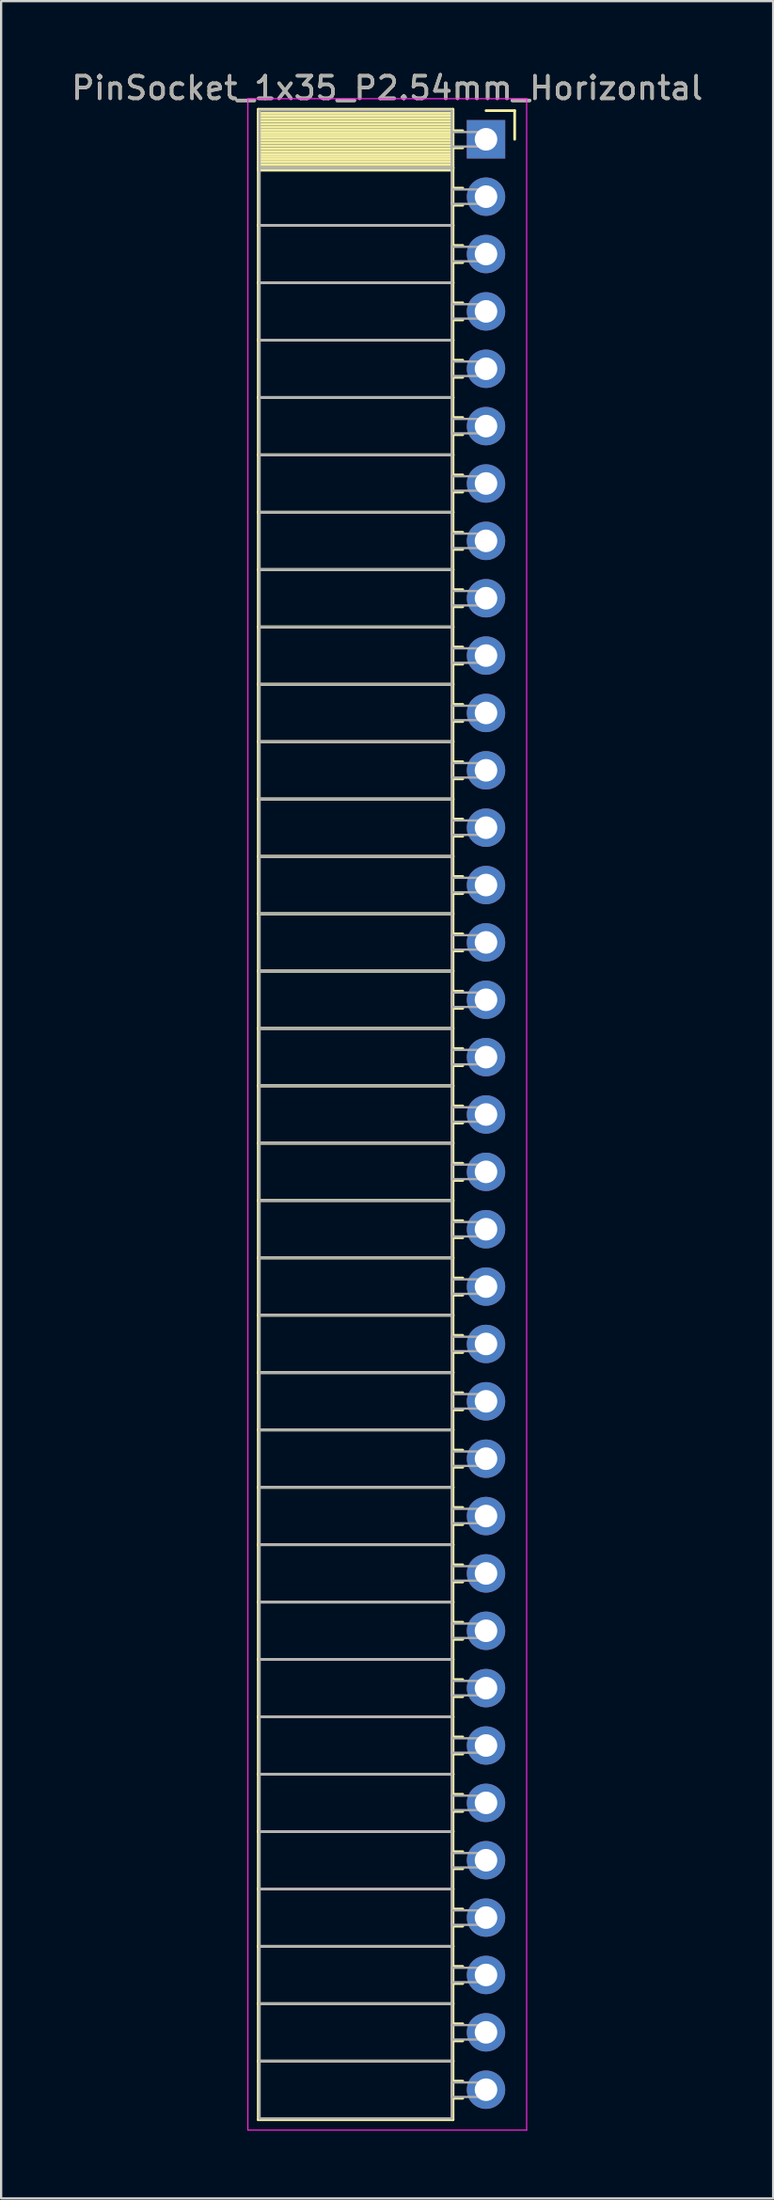
<source format=kicad_pcb>
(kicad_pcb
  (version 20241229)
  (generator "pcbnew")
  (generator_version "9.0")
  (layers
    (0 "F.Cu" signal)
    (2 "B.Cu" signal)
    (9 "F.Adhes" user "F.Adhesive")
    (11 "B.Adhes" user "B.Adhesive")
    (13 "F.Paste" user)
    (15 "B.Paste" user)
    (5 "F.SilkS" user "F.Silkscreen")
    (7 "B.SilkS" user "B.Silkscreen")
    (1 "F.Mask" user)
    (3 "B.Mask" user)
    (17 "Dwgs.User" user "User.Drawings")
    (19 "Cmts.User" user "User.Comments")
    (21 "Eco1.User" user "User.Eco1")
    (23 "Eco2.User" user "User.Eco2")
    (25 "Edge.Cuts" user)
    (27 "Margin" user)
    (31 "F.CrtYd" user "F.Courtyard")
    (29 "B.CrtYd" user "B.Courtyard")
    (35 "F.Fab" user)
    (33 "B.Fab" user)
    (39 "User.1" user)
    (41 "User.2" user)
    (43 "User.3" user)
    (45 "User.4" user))
  (footprint "PinSocket_1x35_P2.54mm_Horizontal"
    (layer "F.Cu")
    (at 18.481 3.118)
    (property "Reference" "PinSocket_1x35_P2.54mm_Horizontal" (at -4.38 -2.27 0) (layer "F.SilkS") (effects (font (size 1 1) (thickness 0.15))))
    (attr through_hole)
    (fp_line (start -10.09 -1.33) (end -1.46 -1.33) (stroke (width 0.12) (type solid)) (layer "F.SilkS"))
    (fp_line (start -10.09 1.27) (end -10.09 -1.33) (stroke (width 0.12) (type solid)) (layer "F.SilkS"))
    (fp_line (start -10.09 1.27) (end -1.46 1.27) (stroke (width 0.12) (type solid)) (layer "F.SilkS"))
    (fp_line (start -10.09 3.81) (end -10.09 1.27) (stroke (width 0.12) (type solid)) (layer "F.SilkS"))
    (fp_line (start -10.09 3.81) (end -1.46 3.81) (stroke (width 0.12) (type solid)) (layer "F.SilkS"))
    (fp_line (start -10.09 6.35) (end -10.09 3.81) (stroke (width 0.12) (type solid)) (layer "F.SilkS"))
    (fp_line (start -10.09 6.35) (end -1.46 6.35) (stroke (width 0.12) (type solid)) (layer "F.SilkS"))
    (fp_line (start -10.09 8.89) (end -10.09 6.35) (stroke (width 0.12) (type solid)) (layer "F.SilkS"))
    (fp_line (start -10.09 8.89) (end -1.46 8.89) (stroke (width 0.12) (type solid)) (layer "F.SilkS"))
    (fp_line (start -10.09 11.43) (end -10.09 8.89) (stroke (width 0.12) (type solid)) (layer "F.SilkS"))
    (fp_line (start -10.09 11.43) (end -1.46 11.43) (stroke (width 0.12) (type solid)) (layer "F.SilkS"))
    (fp_line (start -10.09 13.97) (end -10.09 11.43) (stroke (width 0.12) (type solid)) (layer "F.SilkS"))
    (fp_line (start -10.09 13.97) (end -1.46 13.97) (stroke (width 0.12) (type solid)) (layer "F.SilkS"))
    (fp_line (start -10.09 16.51) (end -10.09 13.97) (stroke (width 0.12) (type solid)) (layer "F.SilkS"))
    (fp_line (start -10.09 16.51) (end -1.46 16.51) (stroke (width 0.12) (type solid)) (layer "F.SilkS"))
    (fp_line (start -10.09 19.05) (end -10.09 16.51) (stroke (width 0.12) (type solid)) (layer "F.SilkS"))
    (fp_line (start -10.09 19.05) (end -1.46 19.05) (stroke (width 0.12) (type solid)) (layer "F.SilkS"))
    (fp_line (start -10.09 21.59) (end -10.09 19.05) (stroke (width 0.12) (type solid)) (layer "F.SilkS"))
    (fp_line (start -10.09 21.59) (end -1.46 21.59) (stroke (width 0.12) (type solid)) (layer "F.SilkS"))
    (fp_line (start -10.09 24.13) (end -10.09 21.59) (stroke (width 0.12) (type solid)) (layer "F.SilkS"))
    (fp_line (start -10.09 24.13) (end -1.46 24.13) (stroke (width 0.12) (type solid)) (layer "F.SilkS"))
    (fp_line (start -10.09 26.67) (end -10.09 24.13) (stroke (width 0.12) (type solid)) (layer "F.SilkS"))
    (fp_line (start -10.09 26.67) (end -1.46 26.67) (stroke (width 0.12) (type solid)) (layer "F.SilkS"))
    (fp_line (start -10.09 29.21) (end -10.09 26.67) (stroke (width 0.12) (type solid)) (layer "F.SilkS"))
    (fp_line (start -10.09 29.21) (end -1.46 29.21) (stroke (width 0.12) (type solid)) (layer "F.SilkS"))
    (fp_line (start -10.09 31.75) (end -10.09 29.21) (stroke (width 0.12) (type solid)) (layer "F.SilkS"))
    (fp_line (start -10.09 31.75) (end -1.46 31.75) (stroke (width 0.12) (type solid)) (layer "F.SilkS"))
    (fp_line (start -10.09 34.29) (end -10.09 31.75) (stroke (width 0.12) (type solid)) (layer "F.SilkS"))
    (fp_line (start -10.09 34.29) (end -1.46 34.29) (stroke (width 0.12) (type solid)) (layer "F.SilkS"))
    (fp_line (start -10.09 36.83) (end -10.09 34.29) (stroke (width 0.12) (type solid)) (layer "F.SilkS"))
    (fp_line (start -10.09 36.83) (end -1.46 36.83) (stroke (width 0.12) (type solid)) (layer "F.SilkS"))
    (fp_line (start -10.09 39.37) (end -10.09 36.83) (stroke (width 0.12) (type solid)) (layer "F.SilkS"))
    (fp_line (start -10.09 39.37) (end -1.46 39.37) (stroke (width 0.12) (type solid)) (layer "F.SilkS"))
    (fp_line (start -10.09 41.91) (end -10.09 39.37) (stroke (width 0.12) (type solid)) (layer "F.SilkS"))
    (fp_line (start -10.09 41.91) (end -1.46 41.91) (stroke (width 0.12) (type solid)) (layer "F.SilkS"))
    (fp_line (start -10.09 44.45) (end -10.09 41.91) (stroke (width 0.12) (type solid)) (layer "F.SilkS"))
    (fp_line (start -10.09 44.45) (end -1.46 44.45) (stroke (width 0.12) (type solid)) (layer "F.SilkS"))
    (fp_line (start -10.09 46.99) (end -10.09 44.45) (stroke (width 0.12) (type solid)) (layer "F.SilkS"))
    (fp_line (start -10.09 46.99) (end -1.46 46.99) (stroke (width 0.12) (type solid)) (layer "F.SilkS"))
    (fp_line (start -10.09 49.53) (end -10.09 46.99) (stroke (width 0.12) (type solid)) (layer "F.SilkS"))
    (fp_line (start -10.09 49.53) (end -1.46 49.53) (stroke (width 0.12) (type solid)) (layer "F.SilkS"))
    (fp_line (start -10.09 52.07) (end -10.09 49.53) (stroke (width 0.12) (type solid)) (layer "F.SilkS"))
    (fp_line (start -10.09 52.07) (end -1.46 52.07) (stroke (width 0.12) (type solid)) (layer "F.SilkS"))
    (fp_line (start -10.09 54.61) (end -10.09 52.07) (stroke (width 0.12) (type solid)) (layer "F.SilkS"))
    (fp_line (start -10.09 54.61) (end -1.46 54.61) (stroke (width 0.12) (type solid)) (layer "F.SilkS"))
    (fp_line (start -10.09 57.15) (end -10.09 54.61) (stroke (width 0.12) (type solid)) (layer "F.SilkS"))
    (fp_line (start -10.09 57.15) (end -1.46 57.15) (stroke (width 0.12) (type solid)) (layer "F.SilkS"))
    (fp_line (start -10.09 59.69) (end -10.09 57.15) (stroke (width 0.12) (type solid)) (layer "F.SilkS"))
    (fp_line (start -10.09 59.69) (end -1.46 59.69) (stroke (width 0.12) (type solid)) (layer "F.SilkS"))
    (fp_line (start -10.09 62.23) (end -10.09 59.69) (stroke (width 0.12) (type solid)) (layer "F.SilkS"))
    (fp_line (start -10.09 62.23) (end -1.46 62.23) (stroke (width 0.12) (type solid)) (layer "F.SilkS"))
    (fp_line (start -10.09 64.77) (end -10.09 62.23) (stroke (width 0.12) (type solid)) (layer "F.SilkS"))
    (fp_line (start -10.09 64.77) (end -1.46 64.77) (stroke (width 0.12) (type solid)) (layer "F.SilkS"))
    (fp_line (start -10.09 67.31) (end -10.09 64.77) (stroke (width 0.12) (type solid)) (layer "F.SilkS"))
    (fp_line (start -10.09 67.31) (end -1.46 67.31) (stroke (width 0.12) (type solid)) (layer "F.SilkS"))
    (fp_line (start -10.09 69.85) (end -10.09 67.31) (stroke (width 0.12) (type solid)) (layer "F.SilkS"))
    (fp_line (start -10.09 69.85) (end -1.46 69.85) (stroke (width 0.12) (type solid)) (layer "F.SilkS"))
    (fp_line (start -10.09 72.39) (end -10.09 69.85) (stroke (width 0.12) (type solid)) (layer "F.SilkS"))
    (fp_line (start -10.09 72.39) (end -1.46 72.39) (stroke (width 0.12) (type solid)) (layer "F.SilkS"))
    (fp_line (start -10.09 74.93) (end -10.09 72.39) (stroke (width 0.12) (type solid)) (layer "F.SilkS"))
    (fp_line (start -10.09 74.93) (end -1.46 74.93) (stroke (width 0.12) (type solid)) (layer "F.SilkS"))
    (fp_line (start -10.09 77.47) (end -10.09 74.93) (stroke (width 0.12) (type solid)) (layer "F.SilkS"))
    (fp_line (start -10.09 77.47) (end -1.46 77.47) (stroke (width 0.12) (type solid)) (layer "F.SilkS"))
    (fp_line (start -10.09 80.01) (end -10.09 77.47) (stroke (width 0.12) (type solid)) (layer "F.SilkS"))
    (fp_line (start -10.09 80.01) (end -1.46 80.01) (stroke (width 0.12) (type solid)) (layer "F.SilkS"))
    (fp_line (start -10.09 82.55) (end -10.09 80.01) (stroke (width 0.12) (type solid)) (layer "F.SilkS"))
    (fp_line (start -10.09 82.55) (end -1.46 82.55) (stroke (width 0.12) (type solid)) (layer "F.SilkS"))
    (fp_line (start -10.09 85.09) (end -10.09 82.55) (stroke (width 0.12) (type solid)) (layer "F.SilkS"))
    (fp_line (start -10.09 85.09) (end -1.46 85.09) (stroke (width 0.12) (type solid)) (layer "F.SilkS"))
    (fp_line (start -10.09 87.69) (end -10.09 85.09) (stroke (width 0.12) (type solid)) (layer "F.SilkS"))
    (fp_line (start -1.46 -1.33) (end -1.46 1.27) (stroke (width 0.12) (type solid)) (layer "F.SilkS"))
    (fp_line (start -1.46 -1.15) (end -10.09 -1.15) (stroke (width 0.12) (type solid)) (layer "F.SilkS"))
    (fp_line (start -1.46 -1.03) (end -10.09 -1.03) (stroke (width 0.12) (type solid)) (layer "F.SilkS"))
    (fp_line (start -1.46 -0.91) (end -10.09 -0.91) (stroke (width 0.12) (type solid)) (layer "F.SilkS"))
    (fp_line (start -1.46 -0.79) (end -10.09 -0.79) (stroke (width 0.12) (type solid)) (layer "F.SilkS"))
    (fp_line (start -1.46 -0.67) (end -10.09 -0.67) (stroke (width 0.12) (type solid)) (layer "F.SilkS"))
    (fp_line (start -1.46 -0.55) (end -10.09 -0.55) (stroke (width 0.12) (type solid)) (layer "F.SilkS"))
    (fp_line (start -1.46 -0.43) (end -10.09 -0.43) (stroke (width 0.12) (type solid)) (layer "F.SilkS"))
    (fp_line (start -1.46 -0.31) (end -10.09 -0.31) (stroke (width 0.12) (type solid)) (layer "F.SilkS"))
    (fp_line (start -1.46 -0.19) (end -10.09 -0.19) (stroke (width 0.12) (type solid)) (layer "F.SilkS"))
    (fp_line (start -1.46 -0.07) (end -10.09 -0.07) (stroke (width 0.12) (type solid)) (layer "F.SilkS"))
    (fp_line (start -1.46 0.05) (end -10.09 0.05) (stroke (width 0.12) (type solid)) (layer "F.SilkS"))
    (fp_line (start -1.46 0.17) (end -10.09 0.17) (stroke (width 0.12) (type solid)) (layer "F.SilkS"))
    (fp_line (start -1.46 0.29) (end -10.09 0.29) (stroke (width 0.12) (type solid)) (layer "F.SilkS"))
    (fp_line (start -1.46 0.41) (end -10.09 0.41) (stroke (width 0.12) (type solid)) (layer "F.SilkS"))
    (fp_line (start -1.46 0.53) (end -10.09 0.53) (stroke (width 0.12) (type solid)) (layer "F.SilkS"))
    (fp_line (start -1.46 0.65) (end -10.09 0.65) (stroke (width 0.12) (type solid)) (layer "F.SilkS"))
    (fp_line (start -1.46 0.77) (end -10.09 0.77) (stroke (width 0.12) (type solid)) (layer "F.SilkS"))
    (fp_line (start -1.46 0.89) (end -10.09 0.89) (stroke (width 0.12) (type solid)) (layer "F.SilkS"))
    (fp_line (start -1.46 1.01) (end -10.09 1.01) (stroke (width 0.12) (type solid)) (layer "F.SilkS"))
    (fp_line (start -1.46 1.13) (end -10.09 1.13) (stroke (width 0.12) (type solid)) (layer "F.SilkS"))
    (fp_line (start -1.46 1.25) (end -10.09 1.25) (stroke (width 0.12) (type solid)) (layer "F.SilkS"))
    (fp_line (start -1.46 1.27) (end -10.09 1.27) (stroke (width 0.12) (type solid)) (layer "F.SilkS"))
    (fp_line (start -1.46 1.27) (end -1.46 3.81) (stroke (width 0.12) (type solid)) (layer "F.SilkS"))
    (fp_line (start -1.46 1.37) (end -10.09 1.37) (stroke (width 0.12) (type solid)) (layer "F.SilkS"))
    (fp_line (start -1.46 3.81) (end -10.09 3.81) (stroke (width 0.12) (type solid)) (layer "F.SilkS"))
    (fp_line (start -1.46 3.81) (end -1.46 6.35) (stroke (width 0.12) (type solid)) (layer "F.SilkS"))
    (fp_line (start -1.46 6.35) (end -10.09 6.35) (stroke (width 0.12) (type solid)) (layer "F.SilkS"))
    (fp_line (start -1.46 6.35) (end -1.46 8.89) (stroke (width 0.12) (type solid)) (layer "F.SilkS"))
    (fp_line (start -1.46 8.89) (end -10.09 8.89) (stroke (width 0.12) (type solid)) (layer "F.SilkS"))
    (fp_line (start -1.46 8.89) (end -1.46 11.43) (stroke (width 0.12) (type solid)) (layer "F.SilkS"))
    (fp_line (start -1.46 11.43) (end -10.09 11.43) (stroke (width 0.12) (type solid)) (layer "F.SilkS"))
    (fp_line (start -1.46 11.43) (end -1.46 13.97) (stroke (width 0.12) (type solid)) (layer "F.SilkS"))
    (fp_line (start -1.46 13.97) (end -10.09 13.97) (stroke (width 0.12) (type solid)) (layer "F.SilkS"))
    (fp_line (start -1.46 13.97) (end -1.46 16.51) (stroke (width 0.12) (type solid)) (layer "F.SilkS"))
    (fp_line (start -1.46 16.51) (end -10.09 16.51) (stroke (width 0.12) (type solid)) (layer "F.SilkS"))
    (fp_line (start -1.46 16.51) (end -1.46 19.05) (stroke (width 0.12) (type solid)) (layer "F.SilkS"))
    (fp_line (start -1.46 19.05) (end -10.09 19.05) (stroke (width 0.12) (type solid)) (layer "F.SilkS"))
    (fp_line (start -1.46 19.05) (end -1.46 21.59) (stroke (width 0.12) (type solid)) (layer "F.SilkS"))
    (fp_line (start -1.46 21.59) (end -10.09 21.59) (stroke (width 0.12) (type solid)) (layer "F.SilkS"))
    (fp_line (start -1.46 21.59) (end -1.46 24.13) (stroke (width 0.12) (type solid)) (layer "F.SilkS"))
    (fp_line (start -1.46 24.13) (end -10.09 24.13) (stroke (width 0.12) (type solid)) (layer "F.SilkS"))
    (fp_line (start -1.46 24.13) (end -1.46 26.67) (stroke (width 0.12) (type solid)) (layer "F.SilkS"))
    (fp_line (start -1.46 26.67) (end -10.09 26.67) (stroke (width 0.12) (type solid)) (layer "F.SilkS"))
    (fp_line (start -1.46 26.67) (end -1.46 29.21) (stroke (width 0.12) (type solid)) (layer "F.SilkS"))
    (fp_line (start -1.46 29.21) (end -10.09 29.21) (stroke (width 0.12) (type solid)) (layer "F.SilkS"))
    (fp_line (start -1.46 29.21) (end -1.46 31.75) (stroke (width 0.12) (type solid)) (layer "F.SilkS"))
    (fp_line (start -1.46 31.75) (end -10.09 31.75) (stroke (width 0.12) (type solid)) (layer "F.SilkS"))
    (fp_line (start -1.46 31.75) (end -1.46 34.29) (stroke (width 0.12) (type solid)) (layer "F.SilkS"))
    (fp_line (start -1.46 34.29) (end -10.09 34.29) (stroke (width 0.12) (type solid)) (layer "F.SilkS"))
    (fp_line (start -1.46 34.29) (end -1.46 36.83) (stroke (width 0.12) (type solid)) (layer "F.SilkS"))
    (fp_line (start -1.46 36.83) (end -10.09 36.83) (stroke (width 0.12) (type solid)) (layer "F.SilkS"))
    (fp_line (start -1.46 36.83) (end -1.46 39.37) (stroke (width 0.12) (type solid)) (layer "F.SilkS"))
    (fp_line (start -1.46 39.37) (end -10.09 39.37) (stroke (width 0.12) (type solid)) (layer "F.SilkS"))
    (fp_line (start -1.46 39.37) (end -1.46 41.91) (stroke (width 0.12) (type solid)) (layer "F.SilkS"))
    (fp_line (start -1.46 41.91) (end -10.09 41.91) (stroke (width 0.12) (type solid)) (layer "F.SilkS"))
    (fp_line (start -1.46 41.91) (end -1.46 44.45) (stroke (width 0.12) (type solid)) (layer "F.SilkS"))
    (fp_line (start -1.46 44.45) (end -10.09 44.45) (stroke (width 0.12) (type solid)) (layer "F.SilkS"))
    (fp_line (start -1.46 44.45) (end -1.46 46.99) (stroke (width 0.12) (type solid)) (layer "F.SilkS"))
    (fp_line (start -1.46 46.99) (end -10.09 46.99) (stroke (width 0.12) (type solid)) (layer "F.SilkS"))
    (fp_line (start -1.46 46.99) (end -1.46 49.53) (stroke (width 0.12) (type solid)) (layer "F.SilkS"))
    (fp_line (start -1.46 49.53) (end -10.09 49.53) (stroke (width 0.12) (type solid)) (layer "F.SilkS"))
    (fp_line (start -1.46 49.53) (end -1.46 52.07) (stroke (width 0.12) (type solid)) (layer "F.SilkS"))
    (fp_line (start -1.46 52.07) (end -10.09 52.07) (stroke (width 0.12) (type solid)) (layer "F.SilkS"))
    (fp_line (start -1.46 52.07) (end -1.46 54.61) (stroke (width 0.12) (type solid)) (layer "F.SilkS"))
    (fp_line (start -1.46 54.61) (end -10.09 54.61) (stroke (width 0.12) (type solid)) (layer "F.SilkS"))
    (fp_line (start -1.46 54.61) (end -1.46 57.15) (stroke (width 0.12) (type solid)) (layer "F.SilkS"))
    (fp_line (start -1.46 57.15) (end -10.09 57.15) (stroke (width 0.12) (type solid)) (layer "F.SilkS"))
    (fp_line (start -1.46 57.15) (end -1.46 59.69) (stroke (width 0.12) (type solid)) (layer "F.SilkS"))
    (fp_line (start -1.46 59.69) (end -10.09 59.69) (stroke (width 0.12) (type solid)) (layer "F.SilkS"))
    (fp_line (start -1.46 59.69) (end -1.46 62.23) (stroke (width 0.12) (type solid)) (layer "F.SilkS"))
    (fp_line (start -1.46 62.23) (end -10.09 62.23) (stroke (width 0.12) (type solid)) (layer "F.SilkS"))
    (fp_line (start -1.46 62.23) (end -1.46 64.77) (stroke (width 0.12) (type solid)) (layer "F.SilkS"))
    (fp_line (start -1.46 64.77) (end -10.09 64.77) (stroke (width 0.12) (type solid)) (layer "F.SilkS"))
    (fp_line (start -1.46 64.77) (end -1.46 67.31) (stroke (width 0.12) (type solid)) (layer "F.SilkS"))
    (fp_line (start -1.46 67.31) (end -10.09 67.31) (stroke (width 0.12) (type solid)) (layer "F.SilkS"))
    (fp_line (start -1.46 67.31) (end -1.46 69.85) (stroke (width 0.12) (type solid)) (layer "F.SilkS"))
    (fp_line (start -1.46 69.85) (end -10.09 69.85) (stroke (width 0.12) (type solid)) (layer "F.SilkS"))
    (fp_line (start -1.46 69.85) (end -1.46 72.39) (stroke (width 0.12) (type solid)) (layer "F.SilkS"))
    (fp_line (start -1.46 72.39) (end -10.09 72.39) (stroke (width 0.12) (type solid)) (layer "F.SilkS"))
    (fp_line (start -1.46 72.39) (end -1.46 74.93) (stroke (width 0.12) (type solid)) (layer "F.SilkS"))
    (fp_line (start -1.46 74.93) (end -10.09 74.93) (stroke (width 0.12) (type solid)) (layer "F.SilkS"))
    (fp_line (start -1.46 74.93) (end -1.46 77.47) (stroke (width 0.12) (type solid)) (layer "F.SilkS"))
    (fp_line (start -1.46 77.47) (end -10.09 77.47) (stroke (width 0.12) (type solid)) (layer "F.SilkS"))
    (fp_line (start -1.46 77.47) (end -1.46 80.01) (stroke (width 0.12) (type solid)) (layer "F.SilkS"))
    (fp_line (start -1.46 80.01) (end -10.09 80.01) (stroke (width 0.12) (type solid)) (layer "F.SilkS"))
    (fp_line (start -1.46 80.01) (end -1.46 82.55) (stroke (width 0.12) (type solid)) (layer "F.SilkS"))
    (fp_line (start -1.46 82.55) (end -10.09 82.55) (stroke (width 0.12) (type solid)) (layer "F.SilkS"))
    (fp_line (start -1.46 82.55) (end -1.46 85.09) (stroke (width 0.12) (type solid)) (layer "F.SilkS"))
    (fp_line (start -1.46 85.09) (end -10.09 85.09) (stroke (width 0.12) (type solid)) (layer "F.SilkS"))
    (fp_line (start -1.46 85.09) (end -1.46 87.69) (stroke (width 0.12) (type solid)) (layer "F.SilkS"))
    (fp_line (start -1.46 87.69) (end -10.09 87.69) (stroke (width 0.12) (type solid)) (layer "F.SilkS"))
    (fp_line (start -1.03 -0.38) (end -1.46 -0.38) (stroke (width 0.12) (type solid)) (layer "F.SilkS"))
    (fp_line (start -1.03 0.38) (end -1.46 0.38) (stroke (width 0.12) (type solid)) (layer "F.SilkS"))
    (fp_line (start -1.03 2.16) (end -1.46 2.16) (stroke (width 0.12) (type solid)) (layer "F.SilkS"))
    (fp_line (start -1.03 2.92) (end -1.46 2.92) (stroke (width 0.12) (type solid)) (layer "F.SilkS"))
    (fp_line (start -1.03 4.7) (end -1.46 4.7) (stroke (width 0.12) (type solid)) (layer "F.SilkS"))
    (fp_line (start -1.03 5.46) (end -1.46 5.46) (stroke (width 0.12) (type solid)) (layer "F.SilkS"))
    (fp_line (start -1.03 7.24) (end -1.46 7.24) (stroke (width 0.12) (type solid)) (layer "F.SilkS"))
    (fp_line (start -1.03 8) (end -1.46 8) (stroke (width 0.12) (type solid)) (layer "F.SilkS"))
    (fp_line (start -1.03 9.78) (end -1.46 9.78) (stroke (width 0.12) (type solid)) (layer "F.SilkS"))
    (fp_line (start -1.03 10.54) (end -1.46 10.54) (stroke (width 0.12) (type solid)) (layer "F.SilkS"))
    (fp_line (start -1.03 12.32) (end -1.46 12.32) (stroke (width 0.12) (type solid)) (layer "F.SilkS"))
    (fp_line (start -1.03 13.08) (end -1.46 13.08) (stroke (width 0.12) (type solid)) (layer "F.SilkS"))
    (fp_line (start -1.03 14.86) (end -1.46 14.86) (stroke (width 0.12) (type solid)) (layer "F.SilkS"))
    (fp_line (start -1.03 15.62) (end -1.46 15.62) (stroke (width 0.12) (type solid)) (layer "F.SilkS"))
    (fp_line (start -1.03 17.4) (end -1.46 17.4) (stroke (width 0.12) (type solid)) (layer "F.SilkS"))
    (fp_line (start -1.03 18.16) (end -1.46 18.16) (stroke (width 0.12) (type solid)) (layer "F.SilkS"))
    (fp_line (start -1.03 19.94) (end -1.46 19.94) (stroke (width 0.12) (type solid)) (layer "F.SilkS"))
    (fp_line (start -1.03 20.7) (end -1.46 20.7) (stroke (width 0.12) (type solid)) (layer "F.SilkS"))
    (fp_line (start -1.03 22.48) (end -1.46 22.48) (stroke (width 0.12) (type solid)) (layer "F.SilkS"))
    (fp_line (start -1.03 23.24) (end -1.46 23.24) (stroke (width 0.12) (type solid)) (layer "F.SilkS"))
    (fp_line (start -1.03 25.02) (end -1.46 25.02) (stroke (width 0.12) (type solid)) (layer "F.SilkS"))
    (fp_line (start -1.03 25.78) (end -1.46 25.78) (stroke (width 0.12) (type solid)) (layer "F.SilkS"))
    (fp_line (start -1.03 27.56) (end -1.46 27.56) (stroke (width 0.12) (type solid)) (layer "F.SilkS"))
    (fp_line (start -1.03 28.32) (end -1.46 28.32) (stroke (width 0.12) (type solid)) (layer "F.SilkS"))
    (fp_line (start -1.03 30.1) (end -1.46 30.1) (stroke (width 0.12) (type solid)) (layer "F.SilkS"))
    (fp_line (start -1.03 30.86) (end -1.46 30.86) (stroke (width 0.12) (type solid)) (layer "F.SilkS"))
    (fp_line (start -1.03 32.64) (end -1.46 32.64) (stroke (width 0.12) (type solid)) (layer "F.SilkS"))
    (fp_line (start -1.03 33.4) (end -1.46 33.4) (stroke (width 0.12) (type solid)) (layer "F.SilkS"))
    (fp_line (start -1.03 35.18) (end -1.46 35.18) (stroke (width 0.12) (type solid)) (layer "F.SilkS"))
    (fp_line (start -1.03 35.94) (end -1.46 35.94) (stroke (width 0.12) (type solid)) (layer "F.SilkS"))
    (fp_line (start -1.03 37.72) (end -1.46 37.72) (stroke (width 0.12) (type solid)) (layer "F.SilkS"))
    (fp_line (start -1.03 38.48) (end -1.46 38.48) (stroke (width 0.12) (type solid)) (layer "F.SilkS"))
    (fp_line (start -1.03 40.26) (end -1.46 40.26) (stroke (width 0.12) (type solid)) (layer "F.SilkS"))
    (fp_line (start -1.03 41.02) (end -1.46 41.02) (stroke (width 0.12) (type solid)) (layer "F.SilkS"))
    (fp_line (start -1.03 42.8) (end -1.46 42.8) (stroke (width 0.12) (type solid)) (layer "F.SilkS"))
    (fp_line (start -1.03 43.56) (end -1.46 43.56) (stroke (width 0.12) (type solid)) (layer "F.SilkS"))
    (fp_line (start -1.03 45.34) (end -1.46 45.34) (stroke (width 0.12) (type solid)) (layer "F.SilkS"))
    (fp_line (start -1.03 46.1) (end -1.46 46.1) (stroke (width 0.12) (type solid)) (layer "F.SilkS"))
    (fp_line (start -1.03 47.88) (end -1.46 47.88) (stroke (width 0.12) (type solid)) (layer "F.SilkS"))
    (fp_line (start -1.03 48.64) (end -1.46 48.64) (stroke (width 0.12) (type solid)) (layer "F.SilkS"))
    (fp_line (start -1.03 50.42) (end -1.46 50.42) (stroke (width 0.12) (type solid)) (layer "F.SilkS"))
    (fp_line (start -1.03 51.18) (end -1.46 51.18) (stroke (width 0.12) (type solid)) (layer "F.SilkS"))
    (fp_line (start -1.03 52.96) (end -1.46 52.96) (stroke (width 0.12) (type solid)) (layer "F.SilkS"))
    (fp_line (start -1.03 53.72) (end -1.46 53.72) (stroke (width 0.12) (type solid)) (layer "F.SilkS"))
    (fp_line (start -1.03 55.5) (end -1.46 55.5) (stroke (width 0.12) (type solid)) (layer "F.SilkS"))
    (fp_line (start -1.03 56.26) (end -1.46 56.26) (stroke (width 0.12) (type solid)) (layer "F.SilkS"))
    (fp_line (start -1.03 58.04) (end -1.46 58.04) (stroke (width 0.12) (type solid)) (layer "F.SilkS"))
    (fp_line (start -1.03 58.8) (end -1.46 58.8) (stroke (width 0.12) (type solid)) (layer "F.SilkS"))
    (fp_line (start -1.03 60.58) (end -1.46 60.58) (stroke (width 0.12) (type solid)) (layer "F.SilkS"))
    (fp_line (start -1.03 61.34) (end -1.46 61.34) (stroke (width 0.12) (type solid)) (layer "F.SilkS"))
    (fp_line (start -1.03 63.12) (end -1.46 63.12) (stroke (width 0.12) (type solid)) (layer "F.SilkS"))
    (fp_line (start -1.03 63.88) (end -1.46 63.88) (stroke (width 0.12) (type solid)) (layer "F.SilkS"))
    (fp_line (start -1.03 65.66) (end -1.46 65.66) (stroke (width 0.12) (type solid)) (layer "F.SilkS"))
    (fp_line (start -1.03 66.42) (end -1.46 66.42) (stroke (width 0.12) (type solid)) (layer "F.SilkS"))
    (fp_line (start -1.03 68.2) (end -1.46 68.2) (stroke (width 0.12) (type solid)) (layer "F.SilkS"))
    (fp_line (start -1.03 68.96) (end -1.46 68.96) (stroke (width 0.12) (type solid)) (layer "F.SilkS"))
    (fp_line (start -1.03 70.74) (end -1.46 70.74) (stroke (width 0.12) (type solid)) (layer "F.SilkS"))
    (fp_line (start -1.03 71.5) (end -1.46 71.5) (stroke (width 0.12) (type solid)) (layer "F.SilkS"))
    (fp_line (start -1.03 73.28) (end -1.46 73.28) (stroke (width 0.12) (type solid)) (layer "F.SilkS"))
    (fp_line (start -1.03 74.04) (end -1.46 74.04) (stroke (width 0.12) (type solid)) (layer "F.SilkS"))
    (fp_line (start -1.03 75.82) (end -1.46 75.82) (stroke (width 0.12) (type solid)) (layer "F.SilkS"))
    (fp_line (start -1.03 76.58) (end -1.46 76.58) (stroke (width 0.12) (type solid)) (layer "F.SilkS"))
    (fp_line (start -1.03 78.36) (end -1.46 78.36) (stroke (width 0.12) (type solid)) (layer "F.SilkS"))
    (fp_line (start -1.03 79.12) (end -1.46 79.12) (stroke (width 0.12) (type solid)) (layer "F.SilkS"))
    (fp_line (start -1.03 80.9) (end -1.46 80.9) (stroke (width 0.12) (type solid)) (layer "F.SilkS"))
    (fp_line (start -1.03 81.66) (end -1.46 81.66) (stroke (width 0.12) (type solid)) (layer "F.SilkS"))
    (fp_line (start -1.03 83.44) (end -1.46 83.44) (stroke (width 0.12) (type solid)) (layer "F.SilkS"))
    (fp_line (start -1.03 84.2) (end -1.46 84.2) (stroke (width 0.12) (type solid)) (layer "F.SilkS"))
    (fp_line (start -1.03 85.98) (end -1.46 85.98) (stroke (width 0.12) (type solid)) (layer "F.SilkS"))
    (fp_line (start -1.03 86.74) (end -1.46 86.74) (stroke (width 0.12) (type solid)) (layer "F.SilkS"))
    (fp_line (start 0 -1.27) (end 1.27 -1.27) (stroke (width 0.12) (type solid)) (layer "F.SilkS"))
    (fp_line (start 1.27 -1.27) (end 1.27 0) (stroke (width 0.12) (type solid)) (layer "F.SilkS"))
    (fp_line (start -10.55 -1.8) (end 1.8 -1.8) (stroke (width 0.05) (type solid)) (layer "F.CrtYd"))
    (fp_line (start -10.55 88.15) (end -10.55 -1.8) (stroke (width 0.05) (type solid)) (layer "F.CrtYd"))
    (fp_line (start 1.8 -1.8) (end 1.8 88.15) (stroke (width 0.05) (type solid)) (layer "F.CrtYd"))
    (fp_line (start 1.8 88.15) (end -10.55 88.15) (stroke (width 0.05) (type solid)) (layer "F.CrtYd"))
    (fp_line (start -10.03 -1.27) (end -1.52 -1.27) (stroke (width 0.1) (type solid)) (layer "F.Fab"))
    (fp_line (start -10.03 1.27) (end -10.03 -1.27) (stroke (width 0.1) (type solid)) (layer "F.Fab"))
    (fp_line (start -10.03 1.27) (end -1.52 1.27) (stroke (width 0.1) (type solid)) (layer "F.Fab"))
    (fp_line (start -10.03 3.81) (end -10.03 1.27) (stroke (width 0.1) (type solid)) (layer "F.Fab"))
    (fp_line (start -10.03 3.81) (end -1.52 3.81) (stroke (width 0.1) (type solid)) (layer "F.Fab"))
    (fp_line (start -10.03 6.35) (end -10.03 3.81) (stroke (width 0.1) (type solid)) (layer "F.Fab"))
    (fp_line (start -10.03 6.35) (end -1.52 6.35) (stroke (width 0.1) (type solid)) (layer "F.Fab"))
    (fp_line (start -10.03 8.89) (end -10.03 6.35) (stroke (width 0.1) (type solid)) (layer "F.Fab"))
    (fp_line (start -10.03 8.89) (end -1.52 8.89) (stroke (width 0.1) (type solid)) (layer "F.Fab"))
    (fp_line (start -10.03 11.43) (end -10.03 8.89) (stroke (width 0.1) (type solid)) (layer "F.Fab"))
    (fp_line (start -10.03 11.43) (end -1.52 11.43) (stroke (width 0.1) (type solid)) (layer "F.Fab"))
    (fp_line (start -10.03 13.97) (end -10.03 11.43) (stroke (width 0.1) (type solid)) (layer "F.Fab"))
    (fp_line (start -10.03 13.97) (end -1.52 13.97) (stroke (width 0.1) (type solid)) (layer "F.Fab"))
    (fp_line (start -10.03 16.51) (end -10.03 13.97) (stroke (width 0.1) (type solid)) (layer "F.Fab"))
    (fp_line (start -10.03 16.51) (end -1.52 16.51) (stroke (width 0.1) (type solid)) (layer "F.Fab"))
    (fp_line (start -10.03 19.05) (end -10.03 16.51) (stroke (width 0.1) (type solid)) (layer "F.Fab"))
    (fp_line (start -10.03 19.05) (end -1.52 19.05) (stroke (width 0.1) (type solid)) (layer "F.Fab"))
    (fp_line (start -10.03 21.59) (end -10.03 19.05) (stroke (width 0.1) (type solid)) (layer "F.Fab"))
    (fp_line (start -10.03 21.59) (end -1.52 21.59) (stroke (width 0.1) (type solid)) (layer "F.Fab"))
    (fp_line (start -10.03 24.13) (end -10.03 21.59) (stroke (width 0.1) (type solid)) (layer "F.Fab"))
    (fp_line (start -10.03 24.13) (end -1.52 24.13) (stroke (width 0.1) (type solid)) (layer "F.Fab"))
    (fp_line (start -10.03 26.67) (end -10.03 24.13) (stroke (width 0.1) (type solid)) (layer "F.Fab"))
    (fp_line (start -10.03 26.67) (end -1.52 26.67) (stroke (width 0.1) (type solid)) (layer "F.Fab"))
    (fp_line (start -10.03 29.21) (end -10.03 26.67) (stroke (width 0.1) (type solid)) (layer "F.Fab"))
    (fp_line (start -10.03 29.21) (end -1.52 29.21) (stroke (width 0.1) (type solid)) (layer "F.Fab"))
    (fp_line (start -10.03 31.75) (end -10.03 29.21) (stroke (width 0.1) (type solid)) (layer "F.Fab"))
    (fp_line (start -10.03 31.75) (end -1.52 31.75) (stroke (width 0.1) (type solid)) (layer "F.Fab"))
    (fp_line (start -10.03 34.29) (end -10.03 31.75) (stroke (width 0.1) (type solid)) (layer "F.Fab"))
    (fp_line (start -10.03 34.29) (end -1.52 34.29) (stroke (width 0.1) (type solid)) (layer "F.Fab"))
    (fp_line (start -10.03 36.83) (end -10.03 34.29) (stroke (width 0.1) (type solid)) (layer "F.Fab"))
    (fp_line (start -10.03 36.83) (end -1.52 36.83) (stroke (width 0.1) (type solid)) (layer "F.Fab"))
    (fp_line (start -10.03 39.37) (end -10.03 36.83) (stroke (width 0.1) (type solid)) (layer "F.Fab"))
    (fp_line (start -10.03 39.37) (end -1.52 39.37) (stroke (width 0.1) (type solid)) (layer "F.Fab"))
    (fp_line (start -10.03 41.91) (end -10.03 39.37) (stroke (width 0.1) (type solid)) (layer "F.Fab"))
    (fp_line (start -10.03 41.91) (end -1.52 41.91) (stroke (width 0.1) (type solid)) (layer "F.Fab"))
    (fp_line (start -10.03 44.45) (end -10.03 41.91) (stroke (width 0.1) (type solid)) (layer "F.Fab"))
    (fp_line (start -10.03 44.45) (end -1.52 44.45) (stroke (width 0.1) (type solid)) (layer "F.Fab"))
    (fp_line (start -10.03 46.99) (end -10.03 44.45) (stroke (width 0.1) (type solid)) (layer "F.Fab"))
    (fp_line (start -10.03 46.99) (end -1.52 46.99) (stroke (width 0.1) (type solid)) (layer "F.Fab"))
    (fp_line (start -10.03 49.53) (end -10.03 46.99) (stroke (width 0.1) (type solid)) (layer "F.Fab"))
    (fp_line (start -10.03 49.53) (end -1.52 49.53) (stroke (width 0.1) (type solid)) (layer "F.Fab"))
    (fp_line (start -10.03 52.07) (end -10.03 49.53) (stroke (width 0.1) (type solid)) (layer "F.Fab"))
    (fp_line (start -10.03 52.07) (end -1.52 52.07) (stroke (width 0.1) (type solid)) (layer "F.Fab"))
    (fp_line (start -10.03 54.61) (end -10.03 52.07) (stroke (width 0.1) (type solid)) (layer "F.Fab"))
    (fp_line (start -10.03 54.61) (end -1.52 54.61) (stroke (width 0.1) (type solid)) (layer "F.Fab"))
    (fp_line (start -10.03 57.15) (end -10.03 54.61) (stroke (width 0.1) (type solid)) (layer "F.Fab"))
    (fp_line (start -10.03 57.15) (end -1.52 57.15) (stroke (width 0.1) (type solid)) (layer "F.Fab"))
    (fp_line (start -10.03 59.69) (end -10.03 57.15) (stroke (width 0.1) (type solid)) (layer "F.Fab"))
    (fp_line (start -10.03 59.69) (end -1.52 59.69) (stroke (width 0.1) (type solid)) (layer "F.Fab"))
    (fp_line (start -10.03 62.23) (end -10.03 59.69) (stroke (width 0.1) (type solid)) (layer "F.Fab"))
    (fp_line (start -10.03 62.23) (end -1.52 62.23) (stroke (width 0.1) (type solid)) (layer "F.Fab"))
    (fp_line (start -10.03 64.77) (end -10.03 62.23) (stroke (width 0.1) (type solid)) (layer "F.Fab"))
    (fp_line (start -10.03 64.77) (end -1.52 64.77) (stroke (width 0.1) (type solid)) (layer "F.Fab"))
    (fp_line (start -10.03 67.31) (end -10.03 64.77) (stroke (width 0.1) (type solid)) (layer "F.Fab"))
    (fp_line (start -10.03 67.31) (end -1.52 67.31) (stroke (width 0.1) (type solid)) (layer "F.Fab"))
    (fp_line (start -10.03 69.85) (end -10.03 67.31) (stroke (width 0.1) (type solid)) (layer "F.Fab"))
    (fp_line (start -10.03 69.85) (end -1.52 69.85) (stroke (width 0.1) (type solid)) (layer "F.Fab"))
    (fp_line (start -10.03 72.39) (end -10.03 69.85) (stroke (width 0.1) (type solid)) (layer "F.Fab"))
    (fp_line (start -10.03 72.39) (end -1.52 72.39) (stroke (width 0.1) (type solid)) (layer "F.Fab"))
    (fp_line (start -10.03 74.93) (end -10.03 72.39) (stroke (width 0.1) (type solid)) (layer "F.Fab"))
    (fp_line (start -10.03 74.93) (end -1.52 74.93) (stroke (width 0.1) (type solid)) (layer "F.Fab"))
    (fp_line (start -10.03 77.47) (end -10.03 74.93) (stroke (width 0.1) (type solid)) (layer "F.Fab"))
    (fp_line (start -10.03 77.47) (end -1.52 77.47) (stroke (width 0.1) (type solid)) (layer "F.Fab"))
    (fp_line (start -10.03 80.01) (end -10.03 77.47) (stroke (width 0.1) (type solid)) (layer "F.Fab"))
    (fp_line (start -10.03 80.01) (end -1.52 80.01) (stroke (width 0.1) (type solid)) (layer "F.Fab"))
    (fp_line (start -10.03 82.55) (end -10.03 80.01) (stroke (width 0.1) (type solid)) (layer "F.Fab"))
    (fp_line (start -10.03 82.55) (end -1.52 82.55) (stroke (width 0.1) (type solid)) (layer "F.Fab"))
    (fp_line (start -10.03 85.09) (end -10.03 82.55) (stroke (width 0.1) (type solid)) (layer "F.Fab"))
    (fp_line (start -10.03 85.09) (end -1.52 85.09) (stroke (width 0.1) (type solid)) (layer "F.Fab"))
    (fp_line (start -10.03 87.63) (end -10.03 85.09) (stroke (width 0.1) (type solid)) (layer "F.Fab"))
    (fp_line (start -1.52 -1.27) (end -1.52 1.27) (stroke (width 0.1) (type solid)) (layer "F.Fab"))
    (fp_line (start -1.52 -0.32) (end 0 -0.32) (stroke (width 0.1) (type solid)) (layer "F.Fab"))
    (fp_line (start -1.52 0.32) (end -1.52 -0.32) (stroke (width 0.1) (type solid)) (layer "F.Fab"))
    (fp_line (start -1.52 1.27) (end -10.03 1.27) (stroke (width 0.1) (type solid)) (layer "F.Fab"))
    (fp_line (start -1.52 1.27) (end -1.52 3.81) (stroke (width 0.1) (type solid)) (layer "F.Fab"))
    (fp_line (start -1.52 2.22) (end 0 2.22) (stroke (width 0.1) (type solid)) (layer "F.Fab"))
    (fp_line (start -1.52 2.86) (end -1.52 2.22) (stroke (width 0.1) (type solid)) (layer "F.Fab"))
    (fp_line (start -1.52 3.81) (end -10.03 3.81) (stroke (width 0.1) (type solid)) (layer "F.Fab"))
    (fp_line (start -1.52 3.81) (end -1.52 6.35) (stroke (width 0.1) (type solid)) (layer "F.Fab"))
    (fp_line (start -1.52 4.76) (end 0 4.76) (stroke (width 0.1) (type solid)) (layer "F.Fab"))
    (fp_line (start -1.52 5.4) (end -1.52 4.76) (stroke (width 0.1) (type solid)) (layer "F.Fab"))
    (fp_line (start -1.52 6.35) (end -10.03 6.35) (stroke (width 0.1) (type solid)) (layer "F.Fab"))
    (fp_line (start -1.52 6.35) (end -1.52 8.89) (stroke (width 0.1) (type solid)) (layer "F.Fab"))
    (fp_line (start -1.52 7.3) (end 0 7.3) (stroke (width 0.1) (type solid)) (layer "F.Fab"))
    (fp_line (start -1.52 7.94) (end -1.52 7.3) (stroke (width 0.1) (type solid)) (layer "F.Fab"))
    (fp_line (start -1.52 8.89) (end -10.03 8.89) (stroke (width 0.1) (type solid)) (layer "F.Fab"))
    (fp_line (start -1.52 8.89) (end -1.52 11.43) (stroke (width 0.1) (type solid)) (layer "F.Fab"))
    (fp_line (start -1.52 9.84) (end 0 9.84) (stroke (width 0.1) (type solid)) (layer "F.Fab"))
    (fp_line (start -1.52 10.48) (end -1.52 9.84) (stroke (width 0.1) (type solid)) (layer "F.Fab"))
    (fp_line (start -1.52 11.43) (end -10.03 11.43) (stroke (width 0.1) (type solid)) (layer "F.Fab"))
    (fp_line (start -1.52 11.43) (end -1.52 13.97) (stroke (width 0.1) (type solid)) (layer "F.Fab"))
    (fp_line (start -1.52 12.38) (end 0 12.38) (stroke (width 0.1) (type solid)) (layer "F.Fab"))
    (fp_line (start -1.52 13.02) (end -1.52 12.38) (stroke (width 0.1) (type solid)) (layer "F.Fab"))
    (fp_line (start -1.52 13.97) (end -10.03 13.97) (stroke (width 0.1) (type solid)) (layer "F.Fab"))
    (fp_line (start -1.52 13.97) (end -1.52 16.51) (stroke (width 0.1) (type solid)) (layer "F.Fab"))
    (fp_line (start -1.52 14.92) (end 0 14.92) (stroke (width 0.1) (type solid)) (layer "F.Fab"))
    (fp_line (start -1.52 15.56) (end -1.52 14.92) (stroke (width 0.1) (type solid)) (layer "F.Fab"))
    (fp_line (start -1.52 16.51) (end -10.03 16.51) (stroke (width 0.1) (type solid)) (layer "F.Fab"))
    (fp_line (start -1.52 16.51) (end -1.52 19.05) (stroke (width 0.1) (type solid)) (layer "F.Fab"))
    (fp_line (start -1.52 17.46) (end 0 17.46) (stroke (width 0.1) (type solid)) (layer "F.Fab"))
    (fp_line (start -1.52 18.1) (end -1.52 17.46) (stroke (width 0.1) (type solid)) (layer "F.Fab"))
    (fp_line (start -1.52 19.05) (end -10.03 19.05) (stroke (width 0.1) (type solid)) (layer "F.Fab"))
    (fp_line (start -1.52 19.05) (end -1.52 21.59) (stroke (width 0.1) (type solid)) (layer "F.Fab"))
    (fp_line (start -1.52 20) (end 0 20) (stroke (width 0.1) (type solid)) (layer "F.Fab"))
    (fp_line (start -1.52 20.64) (end -1.52 20) (stroke (width 0.1) (type solid)) (layer "F.Fab"))
    (fp_line (start -1.52 21.59) (end -10.03 21.59) (stroke (width 0.1) (type solid)) (layer "F.Fab"))
    (fp_line (start -1.52 21.59) (end -1.52 24.13) (stroke (width 0.1) (type solid)) (layer "F.Fab"))
    (fp_line (start -1.52 22.54) (end 0 22.54) (stroke (width 0.1) (type solid)) (layer "F.Fab"))
    (fp_line (start -1.52 23.18) (end -1.52 22.54) (stroke (width 0.1) (type solid)) (layer "F.Fab"))
    (fp_line (start -1.52 24.13) (end -10.03 24.13) (stroke (width 0.1) (type solid)) (layer "F.Fab"))
    (fp_line (start -1.52 24.13) (end -1.52 26.67) (stroke (width 0.1) (type solid)) (layer "F.Fab"))
    (fp_line (start -1.52 25.08) (end 0 25.08) (stroke (width 0.1) (type solid)) (layer "F.Fab"))
    (fp_line (start -1.52 25.72) (end -1.52 25.08) (stroke (width 0.1) (type solid)) (layer "F.Fab"))
    (fp_line (start -1.52 26.67) (end -10.03 26.67) (stroke (width 0.1) (type solid)) (layer "F.Fab"))
    (fp_line (start -1.52 26.67) (end -1.52 29.21) (stroke (width 0.1) (type solid)) (layer "F.Fab"))
    (fp_line (start -1.52 27.62) (end 0 27.62) (stroke (width 0.1) (type solid)) (layer "F.Fab"))
    (fp_line (start -1.52 28.26) (end -1.52 27.62) (stroke (width 0.1) (type solid)) (layer "F.Fab"))
    (fp_line (start -1.52 29.21) (end -10.03 29.21) (stroke (width 0.1) (type solid)) (layer "F.Fab"))
    (fp_line (start -1.52 29.21) (end -1.52 31.75) (stroke (width 0.1) (type solid)) (layer "F.Fab"))
    (fp_line (start -1.52 30.16) (end 0 30.16) (stroke (width 0.1) (type solid)) (layer "F.Fab"))
    (fp_line (start -1.52 30.8) (end -1.52 30.16) (stroke (width 0.1) (type solid)) (layer "F.Fab"))
    (fp_line (start -1.52 31.75) (end -10.03 31.75) (stroke (width 0.1) (type solid)) (layer "F.Fab"))
    (fp_line (start -1.52 31.75) (end -1.52 34.29) (stroke (width 0.1) (type solid)) (layer "F.Fab"))
    (fp_line (start -1.52 32.7) (end 0 32.7) (stroke (width 0.1) (type solid)) (layer "F.Fab"))
    (fp_line (start -1.52 33.34) (end -1.52 32.7) (stroke (width 0.1) (type solid)) (layer "F.Fab"))
    (fp_line (start -1.52 34.29) (end -10.03 34.29) (stroke (width 0.1) (type solid)) (layer "F.Fab"))
    (fp_line (start -1.52 34.29) (end -1.52 36.83) (stroke (width 0.1) (type solid)) (layer "F.Fab"))
    (fp_line (start -1.52 35.24) (end 0 35.24) (stroke (width 0.1) (type solid)) (layer "F.Fab"))
    (fp_line (start -1.52 35.88) (end -1.52 35.24) (stroke (width 0.1) (type solid)) (layer "F.Fab"))
    (fp_line (start -1.52 36.83) (end -10.03 36.83) (stroke (width 0.1) (type solid)) (layer "F.Fab"))
    (fp_line (start -1.52 36.83) (end -1.52 39.37) (stroke (width 0.1) (type solid)) (layer "F.Fab"))
    (fp_line (start -1.52 37.78) (end 0 37.78) (stroke (width 0.1) (type solid)) (layer "F.Fab"))
    (fp_line (start -1.52 38.42) (end -1.52 37.78) (stroke (width 0.1) (type solid)) (layer "F.Fab"))
    (fp_line (start -1.52 39.37) (end -10.03 39.37) (stroke (width 0.1) (type solid)) (layer "F.Fab"))
    (fp_line (start -1.52 39.37) (end -1.52 41.91) (stroke (width 0.1) (type solid)) (layer "F.Fab"))
    (fp_line (start -1.52 40.32) (end 0 40.32) (stroke (width 0.1) (type solid)) (layer "F.Fab"))
    (fp_line (start -1.52 40.96) (end -1.52 40.32) (stroke (width 0.1) (type solid)) (layer "F.Fab"))
    (fp_line (start -1.52 41.91) (end -10.03 41.91) (stroke (width 0.1) (type solid)) (layer "F.Fab"))
    (fp_line (start -1.52 41.91) (end -1.52 44.45) (stroke (width 0.1) (type solid)) (layer "F.Fab"))
    (fp_line (start -1.52 42.86) (end 0 42.86) (stroke (width 0.1) (type solid)) (layer "F.Fab"))
    (fp_line (start -1.52 43.5) (end -1.52 42.86) (stroke (width 0.1) (type solid)) (layer "F.Fab"))
    (fp_line (start -1.52 44.45) (end -10.03 44.45) (stroke (width 0.1) (type solid)) (layer "F.Fab"))
    (fp_line (start -1.52 44.45) (end -1.52 46.99) (stroke (width 0.1) (type solid)) (layer "F.Fab"))
    (fp_line (start -1.52 45.4) (end 0 45.4) (stroke (width 0.1) (type solid)) (layer "F.Fab"))
    (fp_line (start -1.52 46.04) (end -1.52 45.4) (stroke (width 0.1) (type solid)) (layer "F.Fab"))
    (fp_line (start -1.52 46.99) (end -10.03 46.99) (stroke (width 0.1) (type solid)) (layer "F.Fab"))
    (fp_line (start -1.52 46.99) (end -1.52 49.53) (stroke (width 0.1) (type solid)) (layer "F.Fab"))
    (fp_line (start -1.52 47.94) (end 0 47.94) (stroke (width 0.1) (type solid)) (layer "F.Fab"))
    (fp_line (start -1.52 48.58) (end -1.52 47.94) (stroke (width 0.1) (type solid)) (layer "F.Fab"))
    (fp_line (start -1.52 49.53) (end -10.03 49.53) (stroke (width 0.1) (type solid)) (layer "F.Fab"))
    (fp_line (start -1.52 49.53) (end -1.52 52.07) (stroke (width 0.1) (type solid)) (layer "F.Fab"))
    (fp_line (start -1.52 50.48) (end 0 50.48) (stroke (width 0.1) (type solid)) (layer "F.Fab"))
    (fp_line (start -1.52 51.12) (end -1.52 50.48) (stroke (width 0.1) (type solid)) (layer "F.Fab"))
    (fp_line (start -1.52 52.07) (end -10.03 52.07) (stroke (width 0.1) (type solid)) (layer "F.Fab"))
    (fp_line (start -1.52 52.07) (end -1.52 54.61) (stroke (width 0.1) (type solid)) (layer "F.Fab"))
    (fp_line (start -1.52 53.02) (end 0 53.02) (stroke (width 0.1) (type solid)) (layer "F.Fab"))
    (fp_line (start -1.52 53.66) (end -1.52 53.02) (stroke (width 0.1) (type solid)) (layer "F.Fab"))
    (fp_line (start -1.52 54.61) (end -10.03 54.61) (stroke (width 0.1) (type solid)) (layer "F.Fab"))
    (fp_line (start -1.52 54.61) (end -1.52 57.15) (stroke (width 0.1) (type solid)) (layer "F.Fab"))
    (fp_line (start -1.52 55.56) (end 0 55.56) (stroke (width 0.1) (type solid)) (layer "F.Fab"))
    (fp_line (start -1.52 56.2) (end -1.52 55.56) (stroke (width 0.1) (type solid)) (layer "F.Fab"))
    (fp_line (start -1.52 57.15) (end -10.03 57.15) (stroke (width 0.1) (type solid)) (layer "F.Fab"))
    (fp_line (start -1.52 57.15) (end -1.52 59.69) (stroke (width 0.1) (type solid)) (layer "F.Fab"))
    (fp_line (start -1.52 58.1) (end 0 58.1) (stroke (width 0.1) (type solid)) (layer "F.Fab"))
    (fp_line (start -1.52 58.74) (end -1.52 58.1) (stroke (width 0.1) (type solid)) (layer "F.Fab"))
    (fp_line (start -1.52 59.69) (end -10.03 59.69) (stroke (width 0.1) (type solid)) (layer "F.Fab"))
    (fp_line (start -1.52 59.69) (end -1.52 62.23) (stroke (width 0.1) (type solid)) (layer "F.Fab"))
    (fp_line (start -1.52 60.64) (end 0 60.64) (stroke (width 0.1) (type solid)) (layer "F.Fab"))
    (fp_line (start -1.52 61.28) (end -1.52 60.64) (stroke (width 0.1) (type solid)) (layer "F.Fab"))
    (fp_line (start -1.52 62.23) (end -10.03 62.23) (stroke (width 0.1) (type solid)) (layer "F.Fab"))
    (fp_line (start -1.52 62.23) (end -1.52 64.77) (stroke (width 0.1) (type solid)) (layer "F.Fab"))
    (fp_line (start -1.52 63.18) (end 0 63.18) (stroke (width 0.1) (type solid)) (layer "F.Fab"))
    (fp_line (start -1.52 63.82) (end -1.52 63.18) (stroke (width 0.1) (type solid)) (layer "F.Fab"))
    (fp_line (start -1.52 64.77) (end -10.03 64.77) (stroke (width 0.1) (type solid)) (layer "F.Fab"))
    (fp_line (start -1.52 64.77) (end -1.52 67.31) (stroke (width 0.1) (type solid)) (layer "F.Fab"))
    (fp_line (start -1.52 65.72) (end 0 65.72) (stroke (width 0.1) (type solid)) (layer "F.Fab"))
    (fp_line (start -1.52 66.36) (end -1.52 65.72) (stroke (width 0.1) (type solid)) (layer "F.Fab"))
    (fp_line (start -1.52 67.31) (end -10.03 67.31) (stroke (width 0.1) (type solid)) (layer "F.Fab"))
    (fp_line (start -1.52 67.31) (end -1.52 69.85) (stroke (width 0.1) (type solid)) (layer "F.Fab"))
    (fp_line (start -1.52 68.26) (end 0 68.26) (stroke (width 0.1) (type solid)) (layer "F.Fab"))
    (fp_line (start -1.52 68.9) (end -1.52 68.26) (stroke (width 0.1) (type solid)) (layer "F.Fab"))
    (fp_line (start -1.52 69.85) (end -10.03 69.85) (stroke (width 0.1) (type solid)) (layer "F.Fab"))
    (fp_line (start -1.52 69.85) (end -1.52 72.39) (stroke (width 0.1) (type solid)) (layer "F.Fab"))
    (fp_line (start -1.52 70.8) (end 0 70.8) (stroke (width 0.1) (type solid)) (layer "F.Fab"))
    (fp_line (start -1.52 71.44) (end -1.52 70.8) (stroke (width 0.1) (type solid)) (layer "F.Fab"))
    (fp_line (start -1.52 72.39) (end -10.03 72.39) (stroke (width 0.1) (type solid)) (layer "F.Fab"))
    (fp_line (start -1.52 72.39) (end -1.52 74.93) (stroke (width 0.1) (type solid)) (layer "F.Fab"))
    (fp_line (start -1.52 73.34) (end 0 73.34) (stroke (width 0.1) (type solid)) (layer "F.Fab"))
    (fp_line (start -1.52 73.98) (end -1.52 73.34) (stroke (width 0.1) (type solid)) (layer "F.Fab"))
    (fp_line (start -1.52 74.93) (end -10.03 74.93) (stroke (width 0.1) (type solid)) (layer "F.Fab"))
    (fp_line (start -1.52 74.93) (end -1.52 77.47) (stroke (width 0.1) (type solid)) (layer "F.Fab"))
    (fp_line (start -1.52 75.88) (end 0 75.88) (stroke (width 0.1) (type solid)) (layer "F.Fab"))
    (fp_line (start -1.52 76.52) (end -1.52 75.88) (stroke (width 0.1) (type solid)) (layer "F.Fab"))
    (fp_line (start -1.52 77.47) (end -10.03 77.47) (stroke (width 0.1) (type solid)) (layer "F.Fab"))
    (fp_line (start -1.52 77.47) (end -1.52 80.01) (stroke (width 0.1) (type solid)) (layer "F.Fab"))
    (fp_line (start -1.52 78.42) (end 0 78.42) (stroke (width 0.1) (type solid)) (layer "F.Fab"))
    (fp_line (start -1.52 79.06) (end -1.52 78.42) (stroke (width 0.1) (type solid)) (layer "F.Fab"))
    (fp_line (start -1.52 80.01) (end -10.03 80.01) (stroke (width 0.1) (type solid)) (layer "F.Fab"))
    (fp_line (start -1.52 80.01) (end -1.52 82.55) (stroke (width 0.1) (type solid)) (layer "F.Fab"))
    (fp_line (start -1.52 80.96) (end 0 80.96) (stroke (width 0.1) (type solid)) (layer "F.Fab"))
    (fp_line (start -1.52 81.6) (end -1.52 80.96) (stroke (width 0.1) (type solid)) (layer "F.Fab"))
    (fp_line (start -1.52 82.55) (end -10.03 82.55) (stroke (width 0.1) (type solid)) (layer "F.Fab"))
    (fp_line (start -1.52 82.55) (end -1.52 85.09) (stroke (width 0.1) (type solid)) (layer "F.Fab"))
    (fp_line (start -1.52 83.5) (end 0 83.5) (stroke (width 0.1) (type solid)) (layer "F.Fab"))
    (fp_line (start -1.52 84.14) (end -1.52 83.5) (stroke (width 0.1) (type solid)) (layer "F.Fab"))
    (fp_line (start -1.52 85.09) (end -10.03 85.09) (stroke (width 0.1) (type solid)) (layer "F.Fab"))
    (fp_line (start -1.52 85.09) (end -1.52 87.63) (stroke (width 0.1) (type solid)) (layer "F.Fab"))
    (fp_line (start -1.52 86.04) (end 0 86.04) (stroke (width 0.1) (type solid)) (layer "F.Fab"))
    (fp_line (start -1.52 86.68) (end -1.52 86.04) (stroke (width 0.1) (type solid)) (layer "F.Fab"))
    (fp_line (start -1.52 87.63) (end -10.03 87.63) (stroke (width 0.1) (type solid)) (layer "F.Fab"))
    (fp_line (start 0 -0.32) (end 0 0.32) (stroke (width 0.1) (type solid)) (layer "F.Fab"))
    (fp_line (start 0 0.32) (end -1.52 0.32) (stroke (width 0.1) (type solid)) (layer "F.Fab"))
    (fp_line (start 0 2.22) (end 0 2.86) (stroke (width 0.1) (type solid)) (layer "F.Fab"))
    (fp_line (start 0 2.86) (end -1.52 2.86) (stroke (width 0.1) (type solid)) (layer "F.Fab"))
    (fp_line (start 0 4.76) (end 0 5.4) (stroke (width 0.1) (type solid)) (layer "F.Fab"))
    (fp_line (start 0 5.4) (end -1.52 5.4) (stroke (width 0.1) (type solid)) (layer "F.Fab"))
    (fp_line (start 0 7.3) (end 0 7.94) (stroke (width 0.1) (type solid)) (layer "F.Fab"))
    (fp_line (start 0 7.94) (end -1.52 7.94) (stroke (width 0.1) (type solid)) (layer "F.Fab"))
    (fp_line (start 0 9.84) (end 0 10.48) (stroke (width 0.1) (type solid)) (layer "F.Fab"))
    (fp_line (start 0 10.48) (end -1.52 10.48) (stroke (width 0.1) (type solid)) (layer "F.Fab"))
    (fp_line (start 0 12.38) (end 0 13.02) (stroke (width 0.1) (type solid)) (layer "F.Fab"))
    (fp_line (start 0 13.02) (end -1.52 13.02) (stroke (width 0.1) (type solid)) (layer "F.Fab"))
    (fp_line (start 0 14.92) (end 0 15.56) (stroke (width 0.1) (type solid)) (layer "F.Fab"))
    (fp_line (start 0 15.56) (end -1.52 15.56) (stroke (width 0.1) (type solid)) (layer "F.Fab"))
    (fp_line (start 0 17.46) (end 0 18.1) (stroke (width 0.1) (type solid)) (layer "F.Fab"))
    (fp_line (start 0 18.1) (end -1.52 18.1) (stroke (width 0.1) (type solid)) (layer "F.Fab"))
    (fp_line (start 0 20) (end 0 20.64) (stroke (width 0.1) (type solid)) (layer "F.Fab"))
    (fp_line (start 0 20.64) (end -1.52 20.64) (stroke (width 0.1) (type solid)) (layer "F.Fab"))
    (fp_line (start 0 22.54) (end 0 23.18) (stroke (width 0.1) (type solid)) (layer "F.Fab"))
    (fp_line (start 0 23.18) (end -1.52 23.18) (stroke (width 0.1) (type solid)) (layer "F.Fab"))
    (fp_line (start 0 25.08) (end 0 25.72) (stroke (width 0.1) (type solid)) (layer "F.Fab"))
    (fp_line (start 0 25.72) (end -1.52 25.72) (stroke (width 0.1) (type solid)) (layer "F.Fab"))
    (fp_line (start 0 27.62) (end 0 28.26) (stroke (width 0.1) (type solid)) (layer "F.Fab"))
    (fp_line (start 0 28.26) (end -1.52 28.26) (stroke (width 0.1) (type solid)) (layer "F.Fab"))
    (fp_line (start 0 30.16) (end 0 30.8) (stroke (width 0.1) (type solid)) (layer "F.Fab"))
    (fp_line (start 0 30.8) (end -1.52 30.8) (stroke (width 0.1) (type solid)) (layer "F.Fab"))
    (fp_line (start 0 32.7) (end 0 33.34) (stroke (width 0.1) (type solid)) (layer "F.Fab"))
    (fp_line (start 0 33.34) (end -1.52 33.34) (stroke (width 0.1) (type solid)) (layer "F.Fab"))
    (fp_line (start 0 35.24) (end 0 35.88) (stroke (width 0.1) (type solid)) (layer "F.Fab"))
    (fp_line (start 0 35.88) (end -1.52 35.88) (stroke (width 0.1) (type solid)) (layer "F.Fab"))
    (fp_line (start 0 37.78) (end 0 38.42) (stroke (width 0.1) (type solid)) (layer "F.Fab"))
    (fp_line (start 0 38.42) (end -1.52 38.42) (stroke (width 0.1) (type solid)) (layer "F.Fab"))
    (fp_line (start 0 40.32) (end 0 40.96) (stroke (width 0.1) (type solid)) (layer "F.Fab"))
    (fp_line (start 0 40.96) (end -1.52 40.96) (stroke (width 0.1) (type solid)) (layer "F.Fab"))
    (fp_line (start 0 42.86) (end 0 43.5) (stroke (width 0.1) (type solid)) (layer "F.Fab"))
    (fp_line (start 0 43.5) (end -1.52 43.5) (stroke (width 0.1) (type solid)) (layer "F.Fab"))
    (fp_line (start 0 45.4) (end 0 46.04) (stroke (width 0.1) (type solid)) (layer "F.Fab"))
    (fp_line (start 0 46.04) (end -1.52 46.04) (stroke (width 0.1) (type solid)) (layer "F.Fab"))
    (fp_line (start 0 47.94) (end 0 48.58) (stroke (width 0.1) (type solid)) (layer "F.Fab"))
    (fp_line (start 0 48.58) (end -1.52 48.58) (stroke (width 0.1) (type solid)) (layer "F.Fab"))
    (fp_line (start 0 50.48) (end 0 51.12) (stroke (width 0.1) (type solid)) (layer "F.Fab"))
    (fp_line (start 0 51.12) (end -1.52 51.12) (stroke (width 0.1) (type solid)) (layer "F.Fab"))
    (fp_line (start 0 53.02) (end 0 53.66) (stroke (width 0.1) (type solid)) (layer "F.Fab"))
    (fp_line (start 0 53.66) (end -1.52 53.66) (stroke (width 0.1) (type solid)) (layer "F.Fab"))
    (fp_line (start 0 55.56) (end 0 56.2) (stroke (width 0.1) (type solid)) (layer "F.Fab"))
    (fp_line (start 0 56.2) (end -1.52 56.2) (stroke (width 0.1) (type solid)) (layer "F.Fab"))
    (fp_line (start 0 58.1) (end 0 58.74) (stroke (width 0.1) (type solid)) (layer "F.Fab"))
    (fp_line (start 0 58.74) (end -1.52 58.74) (stroke (width 0.1) (type solid)) (layer "F.Fab"))
    (fp_line (start 0 60.64) (end 0 61.28) (stroke (width 0.1) (type solid)) (layer "F.Fab"))
    (fp_line (start 0 61.28) (end -1.52 61.28) (stroke (width 0.1) (type solid)) (layer "F.Fab"))
    (fp_line (start 0 63.18) (end 0 63.82) (stroke (width 0.1) (type solid)) (layer "F.Fab"))
    (fp_line (start 0 63.82) (end -1.52 63.82) (stroke (width 0.1) (type solid)) (layer "F.Fab"))
    (fp_line (start 0 65.72) (end 0 66.36) (stroke (width 0.1) (type solid)) (layer "F.Fab"))
    (fp_line (start 0 66.36) (end -1.52 66.36) (stroke (width 0.1) (type solid)) (layer "F.Fab"))
    (fp_line (start 0 68.26) (end 0 68.9) (stroke (width 0.1) (type solid)) (layer "F.Fab"))
    (fp_line (start 0 68.9) (end -1.52 68.9) (stroke (width 0.1) (type solid)) (layer "F.Fab"))
    (fp_line (start 0 70.8) (end 0 71.44) (stroke (width 0.1) (type solid)) (layer "F.Fab"))
    (fp_line (start 0 71.44) (end -1.52 71.44) (stroke (width 0.1) (type solid)) (layer "F.Fab"))
    (fp_line (start 0 73.34) (end 0 73.98) (stroke (width 0.1) (type solid)) (layer "F.Fab"))
    (fp_line (start 0 73.98) (end -1.52 73.98) (stroke (width 0.1) (type solid)) (layer "F.Fab"))
    (fp_line (start 0 75.88) (end 0 76.52) (stroke (width 0.1) (type solid)) (layer "F.Fab"))
    (fp_line (start 0 76.52) (end -1.52 76.52) (stroke (width 0.1) (type solid)) (layer "F.Fab"))
    (fp_line (start 0 78.42) (end 0 79.06) (stroke (width 0.1) (type solid)) (layer "F.Fab"))
    (fp_line (start 0 79.06) (end -1.52 79.06) (stroke (width 0.1) (type solid)) (layer "F.Fab"))
    (fp_line (start 0 80.96) (end 0 81.6) (stroke (width 0.1) (type solid)) (layer "F.Fab"))
    (fp_line (start 0 81.6) (end -1.52 81.6) (stroke (width 0.1) (type solid)) (layer "F.Fab"))
    (fp_line (start 0 83.5) (end 0 84.14) (stroke (width 0.1) (type solid)) (layer "F.Fab"))
    (fp_line (start 0 84.14) (end -1.52 84.14) (stroke (width 0.1) (type solid)) (layer "F.Fab"))
    (fp_line (start 0 86.04) (end 0 86.68) (stroke (width 0.1) (type solid)) (layer "F.Fab"))
    (fp_line (start 0 86.68) (end -1.52 86.68) (stroke (width 0.1) (type solid)) (layer "F.Fab"))
    (fp_text user "${REFERENCE}" (at -4.38 -2.27 0) (layer "F.Fab") (effects (font (size 1 1) (thickness 0.15))))
    (pad "1" thru_hole rect (at 0 0) (size 1.7 1.7) (drill 1) (layers "*.Cu" "*.Mask"))
    (pad "2" thru_hole oval (at 0 2.54) (size 1.7 1.7) (drill 1) (layers "*.Cu" "*.Mask"))
    (pad "3" thru_hole oval (at 0 5.08) (size 1.7 1.7) (drill 1) (layers "*.Cu" "*.Mask"))
    (pad "4" thru_hole oval (at 0 7.62) (size 1.7 1.7) (drill 1) (layers "*.Cu" "*.Mask"))
    (pad "5" thru_hole oval (at 0 10.16) (size 1.7 1.7) (drill 1) (layers "*.Cu" "*.Mask"))
    (pad "6" thru_hole oval (at 0 12.7) (size 1.7 1.7) (drill 1) (layers "*.Cu" "*.Mask"))
    (pad "7" thru_hole oval (at 0 15.24) (size 1.7 1.7) (drill 1) (layers "*.Cu" "*.Mask"))
    (pad "8" thru_hole oval (at 0 17.78) (size 1.7 1.7) (drill 1) (layers "*.Cu" "*.Mask"))
    (pad "9" thru_hole oval (at 0 20.32) (size 1.7 1.7) (drill 1) (layers "*.Cu" "*.Mask"))
    (pad "10" thru_hole oval (at 0 22.86) (size 1.7 1.7) (drill 1) (layers "*.Cu" "*.Mask"))
    (pad "11" thru_hole oval (at 0 25.4) (size 1.7 1.7) (drill 1) (layers "*.Cu" "*.Mask"))
    (pad "12" thru_hole oval (at 0 27.94) (size 1.7 1.7) (drill 1) (layers "*.Cu" "*.Mask"))
    (pad "13" thru_hole oval (at 0 30.48) (size 1.7 1.7) (drill 1) (layers "*.Cu" "*.Mask"))
    (pad "14" thru_hole oval (at 0 33.02) (size 1.7 1.7) (drill 1) (layers "*.Cu" "*.Mask"))
    (pad "15" thru_hole oval (at 0 35.56) (size 1.7 1.7) (drill 1) (layers "*.Cu" "*.Mask"))
    (pad "16" thru_hole oval (at 0 38.1) (size 1.7 1.7) (drill 1) (layers "*.Cu" "*.Mask"))
    (pad "17" thru_hole oval (at 0 40.64) (size 1.7 1.7) (drill 1) (layers "*.Cu" "*.Mask"))
    (pad "18" thru_hole oval (at 0 43.18) (size 1.7 1.7) (drill 1) (layers "*.Cu" "*.Mask"))
    (pad "19" thru_hole oval (at 0 45.72) (size 1.7 1.7) (drill 1) (layers "*.Cu" "*.Mask"))
    (pad "20" thru_hole oval (at 0 48.26) (size 1.7 1.7) (drill 1) (layers "*.Cu" "*.Mask"))
    (pad "21" thru_hole oval (at 0 50.8) (size 1.7 1.7) (drill 1) (layers "*.Cu" "*.Mask"))
    (pad "22" thru_hole oval (at 0 53.34) (size 1.7 1.7) (drill 1) (layers "*.Cu" "*.Mask"))
    (pad "23" thru_hole oval (at 0 55.88) (size 1.7 1.7) (drill 1) (layers "*.Cu" "*.Mask"))
    (pad "24" thru_hole oval (at 0 58.42) (size 1.7 1.7) (drill 1) (layers "*.Cu" "*.Mask"))
    (pad "25" thru_hole oval (at 0 60.96) (size 1.7 1.7) (drill 1) (layers "*.Cu" "*.Mask"))
    (pad "26" thru_hole oval (at 0 63.5) (size 1.7 1.7) (drill 1) (layers "*.Cu" "*.Mask"))
    (pad "27" thru_hole oval (at 0 66.04) (size 1.7 1.7) (drill 1) (layers "*.Cu" "*.Mask"))
    (pad "28" thru_hole oval (at 0 68.58) (size 1.7 1.7) (drill 1) (layers "*.Cu" "*.Mask"))
    (pad "29" thru_hole oval (at 0 71.12) (size 1.7 1.7) (drill 1) (layers "*.Cu" "*.Mask"))
    (pad "30" thru_hole oval (at 0 73.66) (size 1.7 1.7) (drill 1) (layers "*.Cu" "*.Mask"))
    (pad "31" thru_hole oval (at 0 76.2) (size 1.7 1.7) (drill 1) (layers "*.Cu" "*.Mask"))
    (pad "32" thru_hole oval (at 0 78.74) (size 1.7 1.7) (drill 1) (layers "*.Cu" "*.Mask"))
    (pad "33" thru_hole oval (at 0 81.28) (size 1.7 1.7) (drill 1) (layers "*.Cu" "*.Mask"))
    (pad "34" thru_hole oval (at 0 83.82) (size 1.7 1.7) (drill 1) (layers "*.Cu" "*.Mask"))
    (pad "35" thru_hole oval (at 0 86.36) (size 1.7 1.7) (drill 1) (layers "*.Cu" "*.Mask")))
  (gr_rect
    (start -3 -3)
    (end 31.202 94.293)
    (stroke (width 0.1) (type default))
    (fill no)
    (layer "Edge.Cuts")))
</source>
